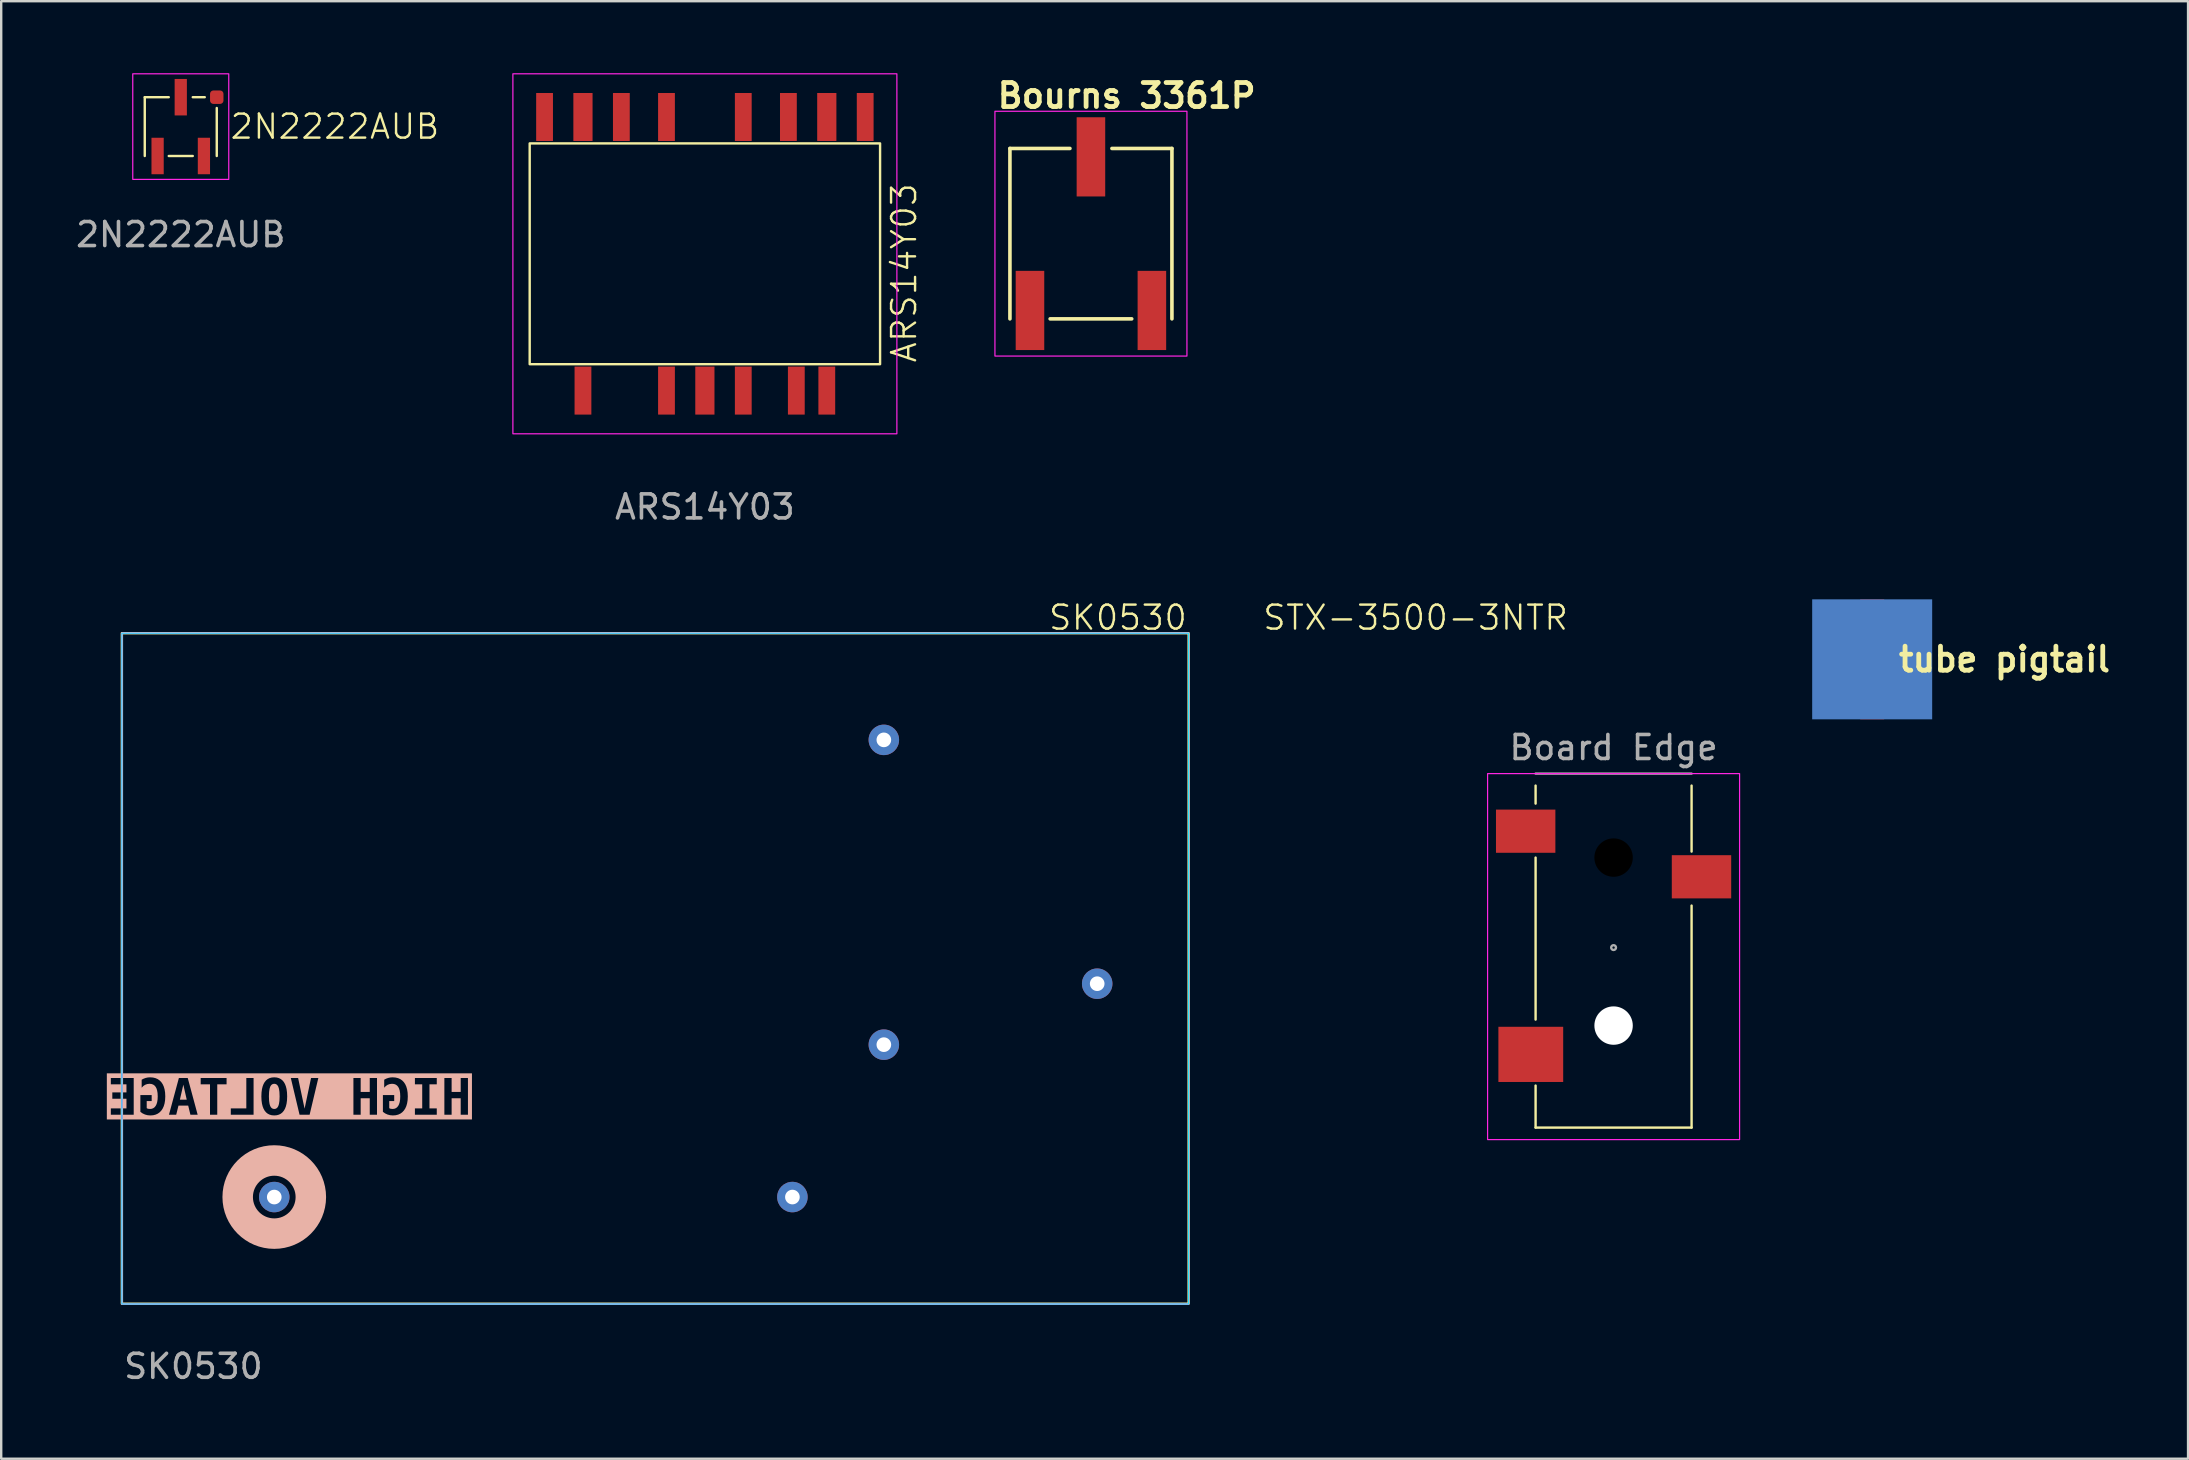
<source format=kicad_pcb>
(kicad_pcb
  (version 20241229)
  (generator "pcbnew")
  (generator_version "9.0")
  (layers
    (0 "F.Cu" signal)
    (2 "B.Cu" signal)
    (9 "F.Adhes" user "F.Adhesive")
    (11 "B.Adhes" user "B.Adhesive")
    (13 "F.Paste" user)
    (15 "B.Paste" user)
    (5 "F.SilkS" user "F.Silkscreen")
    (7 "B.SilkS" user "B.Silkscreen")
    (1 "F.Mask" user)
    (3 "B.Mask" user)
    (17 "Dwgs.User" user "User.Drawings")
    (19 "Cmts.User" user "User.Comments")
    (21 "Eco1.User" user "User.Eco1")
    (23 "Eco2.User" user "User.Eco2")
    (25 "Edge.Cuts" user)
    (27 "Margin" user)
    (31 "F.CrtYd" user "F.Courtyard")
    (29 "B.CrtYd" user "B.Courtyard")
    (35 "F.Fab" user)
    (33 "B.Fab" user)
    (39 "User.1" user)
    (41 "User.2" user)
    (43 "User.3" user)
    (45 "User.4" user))
  (footprint "STX-3500-3NTR"
    (layer "F.Cu")
    (at 64.185 36.434)
    (property "Reference" "STX-3500-3NTR" (at -8.25 -13.75 0) (unlocked yes) (layer "F.SilkS") (effects (font (size 1 1) (thickness 0.1))))
    (attr smd)
    (fp_line (start -3.25 -6) (end -3.25 -6.75) (stroke (width 0.1) (type default)) (layer "F.SilkS"))
    (fp_line (start -3.25 -3.75) (end -3.25 3) (stroke (width 0.1) (type default)) (layer "F.SilkS"))
    (fp_line (start -3.25 5.75) (end -3.25 7.5) (stroke (width 0.1) (type default)) (layer "F.SilkS"))
    (fp_line (start -3.25 7.5) (end 3.25 7.5) (stroke (width 0.1) (type default)) (layer "F.SilkS"))
    (fp_line (start 3.25 -4) (end 3.25 -6.75) (stroke (width 0.1) (type default)) (layer "F.SilkS"))
    (fp_line (start 3.25 7.5) (end 3.25 -1.75) (stroke (width 0.1) (type default)) (layer "F.SilkS"))
    (fp_rect (start -5.25 -7.25) (end 5.25 8) (stroke (width 0.05) (type default)) (fill no) (layer "F.CrtYd"))
    (fp_line (start -3.25 -7.25) (end 3.25 -7.25) (stroke (width 0.1) (type default)) (layer "F.Fab"))
    (fp_circle (center 0 0) (end 0.1 0) (stroke (width 0.1) (type solid)) (fill no) (layer "F.Fab"))
    (fp_text user "Board Edge" (at 0 -7.75 0) (unlocked yes) (layer "F.Fab") (effects (font (size 1 1) (thickness 0.15)) (justify bottom)))
    (pad "" np_thru_hole circle (at 0 -3.75) (size 1.6 1.6) (drill 1.6) (layers "*.Mask"))
    (pad "" np_thru_hole circle (at 0 3.25) (size 1.6 1.6) (drill 1.6) (layers "*.Cu" "*.Mask"))
    (pad "1" smd rect (at -3.663 -4.85) (size 2.475 1.8) (layers "F.Cu" "F.Mask" "F.Paste"))
    (pad "2" smd rect (at -3.45 4.45) (size 2.7 2.3) (layers "F.Cu" "F.Mask" "F.Paste"))
    (pad "3" smd rect (at 3.663 -2.95) (size 2.475 1.8) (layers "F.Cu" "F.Mask" "F.Paste")))
  (footprint "2N2222AUB"
    (layer "F.Cu")
    (at 4.482 2.225)
    (property "Reference" "2N2222AUB" (at 2 0 0) (unlocked yes) (layer "F.SilkS") (effects (font (size 1 1) (thickness 0.1)) (justify left)))
    (attr smd)
    (fp_line (start -1.5 -1.225) (end -1.5 1.225) (stroke (width 0.1) (type default)) (layer "F.SilkS"))
    (fp_line (start -1.5 -1.225) (end -0.5 -1.225) (stroke (width 0.1) (type default)) (layer "F.SilkS"))
    (fp_line (start -0.5 1.225) (end 0.5 1.225) (stroke (width 0.1) (type default)) (layer "F.SilkS"))
    (fp_line (start 0.5 -1.225) (end 1 -1.225) (stroke (width 0.1) (type default)) (layer "F.SilkS"))
    (fp_line (start 1.5 1.225) (end 1.5 -0.775) (stroke (width 0.1) (type default)) (layer "F.SilkS"))
    (fp_rect (start -2 -2.2) (end 2 2.2) (stroke (width 0.05) (type default)) (fill no) (layer "F.CrtYd"))
    (fp_text user "${REFERENCE}" (at 0 4.5 0) (unlocked yes) (layer "F.Fab") (effects (font (size 1 1) (thickness 0.15))))
    (pad "1" smd rect (at -0.965 1.225) (size 0.51 1.52) (layers "F.Cu" "F.Mask" "F.Paste" "Eco2.User"))
    (pad "2" smd rect (at 0.965 1.225) (size 0.51 1.52) (layers "F.Cu" "F.Mask" "F.Paste"))
    (pad "3" smd rect (at 0 -1.225) (size 0.51 1.52) (layers "F.Cu" "F.Mask" "F.Paste"))
    (pad "4" smd roundrect (at 1.5 -1.225) (size 0.56 0.56) (layers "F.Cu" "F.Mask" "F.Paste" "Eco2.User") (roundrect_rratio 0.25)))
  (footprint "tube pigtail"
    (layer "F.Cu")
    (at 74.96 26.923)
    (property "Reference" "tube pigtail" (at 1 -2.5 0) (layer "F.SilkS") (effects (font (size 1 1) (thickness 0.2) (bold yes)) (justify left)))
    (attr smd)
    (pad "1" smd rect (at 0 -2.5) (size 1 5) (layers "F.Cu" "F.Mask"))
    (pad "2" smd rect (at 0 -2.5) (size 5 5) (layers "B.Cu" "B.Mask")))
  (footprint "ARS14Y03"
    (layer "F.Cu")
    (at 26.321 7.525)
    (property "Reference" "ARS14Y03" (at 8.3 4.6 90) (unlocked yes) (layer "F.SilkS") (effects (font (size 1 1) (thickness 0.1)) (justify left)))
    (attr smd)
    (fp_rect (start -7.3 -4.6) (end 7.3 4.6) (stroke (width 0.1) (type default)) (fill no) (layer "F.SilkS"))
    (fp_rect (start -8 -7.5) (end 8 7.5) (stroke (width 0.05) (type default)) (fill no) (layer "F.CrtYd"))
    (fp_text user "${REFERENCE}" (at 0 10.55 0) (unlocked yes) (layer "F.Fab") (effects (font (size 1 1) (thickness 0.15))))
    (pad "2" smd rect (at -5.08 5.7) (size 0.7 2) (layers "F.Cu" "F.Mask" "F.Paste"))
    (pad "4" smd rect (at -1.6 5.7) (size 0.7 2) (layers "F.Cu" "F.Mask" "F.Paste"))
    (pad "5" smd rect (at 0 5.7) (size 0.8 2) (layers "F.Cu" "F.Mask" "F.Paste"))
    (pad "6" smd rect (at 1.6 5.7) (size 0.7 2) (layers "F.Cu" "F.Mask" "F.Paste"))
    (pad "7" smd rect (at 3.81 5.7) (size 0.7 2) (layers "F.Cu" "F.Mask" "F.Paste"))
    (pad "8" smd rect (at 5.08 5.7) (size 0.7 2) (layers "F.Cu" "F.Mask" "F.Paste"))
    (pad "10" smd rect (at 6.68 -5.7) (size 0.7 2) (layers "F.Cu" "F.Mask" "F.Paste"))
    (pad "11" smd rect (at 5.08 -5.7) (size 0.8 2) (layers "F.Cu" "F.Mask" "F.Paste"))
    (pad "12" smd rect (at 3.48 -5.7) (size 0.7 2) (layers "F.Cu" "F.Mask" "F.Paste"))
    (pad "13" smd rect (at 1.6 -5.7) (size 0.7 2) (layers "F.Cu" "F.Mask" "F.Paste"))
    (pad "15" smd rect (at -1.6 -5.7) (size 0.7 2) (layers "F.Cu" "F.Mask" "F.Paste"))
    (pad "16" smd rect (at -3.48 -5.7) (size 0.7 2) (layers "F.Cu" "F.Mask" "F.Paste"))
    (pad "17" smd rect (at -5.08 -5.7) (size 0.8 2) (layers "F.Cu" "F.Mask" "F.Paste"))
    (pad "18" smd rect (at -6.68 -5.7) (size 0.7 2) (layers "F.Cu" "F.Mask" "F.Paste")))
  (footprint "Bourns 3361P"
    (layer "F.Cu")
    (at 42.407 6.686)
    (property "Reference" "Bourns 3361P" (at -4 -5.75 0) (unlocked yes) (layer "F.SilkS") (effects (font (size 1 1) (thickness 0.2) (bold yes)) (justify left)))
    (attr smd)
    (fp_line (start -3.375 -3.55) (end -0.875 -3.55) (stroke (width 0.15) (type default)) (layer "F.SilkS"))
    (fp_line (start -3.375 3.55) (end -3.375 -3.55) (stroke (width 0.15) (type default)) (layer "F.SilkS"))
    (fp_line (start -1.7 3.55) (end 1.7 3.55) (stroke (width 0.15) (type default)) (layer "F.SilkS"))
    (fp_line (start 0.875 -3.55) (end 3.375 -3.55) (stroke (width 0.15) (type default)) (layer "F.SilkS"))
    (fp_line (start 3.375 -3.55) (end 3.375 3.55) (stroke (width 0.15) (type default)) (layer "F.SilkS"))
    (fp_rect (start -4 -5.1) (end 4 5.1) (stroke (width 0.05) (type default)) (fill no) (layer "F.CrtYd"))
    (pad "1" smd rect (at -2.54 3.2) (size 1.19 3.3) (layers "F.Cu" "F.Mask" "F.Paste"))
    (pad "2" smd rect (at 0 -3.2) (size 1.19 3.3) (layers "F.Cu" "F.Mask" "F.Paste"))
    (pad "3" smd rect (at 2.54 3.2) (size 1.19 3.3) (layers "F.Cu" "F.Mask" "F.Paste")))
  (footprint "SK0530"
    (layer "F.Cu")
    (at 2.028 23.334)
    (property "Reference" "SK0530" (at 44.45 -0.65 0) (unlocked yes) (layer "F.SilkS") (effects (font (size 1 1) (thickness 0.1)) (justify right)))
    (attr through_hole)
    (fp_rect (start 0 0) (end 44.45 27.94) (stroke (width 0.1) (type default)) (fill no) (layer "F.SilkS"))
    (fp_circle (center 6.35 23.495) (end 7.874 23.495) (stroke (width 1.27) (type default)) (fill no) (layer "B.SilkS"))
    (fp_rect (start 44.45 27.95) (end 0 0) (stroke (width 0.05) (type default)) (fill no) (layer "B.CrtYd"))
    (fp_rect (start 0 0) (end 44.45 27.95) (stroke (width 0.05) (type default)) (fill no) (layer "F.CrtYd"))
    (fp_text user "HIGH VOLTAGE " (at 6.35 20.32 0) (unlocked yes) (layer "B.SilkS" knockout) (effects (font (face "Courier New") (size 1.5 1.5) (thickness 0.2) (bold yes)) (justify bottom mirror)))
    (fp_text user "${REFERENCE}" (at 0 30.55 0) (unlocked yes) (layer "F.Fab") (effects (font (size 1 1) (thickness 0.15)) (justify left)))
    (pad "1" thru_hole circle (at 31.75 17.145) (size 1.27 1.27) (drill 0.61) (layers "*.Cu" "*.Mask"))
    (pad "2" thru_hole circle (at 31.75 4.445) (size 1.27 1.27) (drill 0.61) (layers "*.Cu" "*.Mask"))
    (pad "3" thru_hole circle (at 27.94 23.495) (size 1.27 1.27) (drill 0.61) (layers "*.Cu" "*.Mask"))
    (pad "4" thru_hole circle (at 6.35 23.495) (size 1.27 1.27) (drill 0.61) (layers "*.Cu" "*.Mask"))
    (pad "5" thru_hole circle (at 40.64 14.605) (size 1.27 1.27) (drill 0.61) (layers "*.Cu" "*.Mask")))
  (gr_rect
    (start -3 -3)
    (end 88.122 57.732)
    (stroke (width 0.1) (type default))
    (fill no)
    (layer "Edge.Cuts")))
</source>
